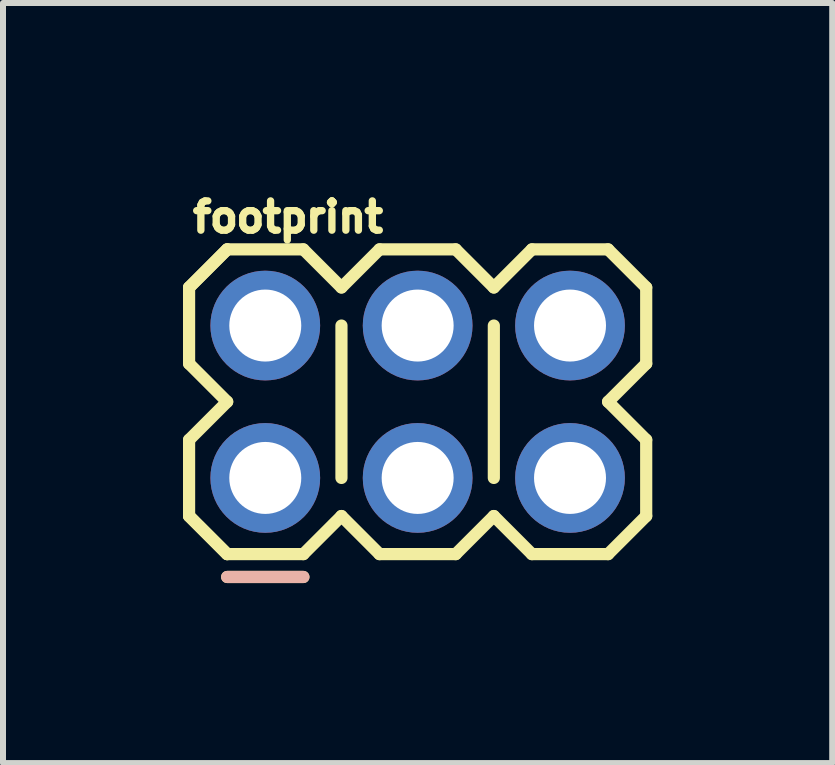
<source format=kicad_pcb>
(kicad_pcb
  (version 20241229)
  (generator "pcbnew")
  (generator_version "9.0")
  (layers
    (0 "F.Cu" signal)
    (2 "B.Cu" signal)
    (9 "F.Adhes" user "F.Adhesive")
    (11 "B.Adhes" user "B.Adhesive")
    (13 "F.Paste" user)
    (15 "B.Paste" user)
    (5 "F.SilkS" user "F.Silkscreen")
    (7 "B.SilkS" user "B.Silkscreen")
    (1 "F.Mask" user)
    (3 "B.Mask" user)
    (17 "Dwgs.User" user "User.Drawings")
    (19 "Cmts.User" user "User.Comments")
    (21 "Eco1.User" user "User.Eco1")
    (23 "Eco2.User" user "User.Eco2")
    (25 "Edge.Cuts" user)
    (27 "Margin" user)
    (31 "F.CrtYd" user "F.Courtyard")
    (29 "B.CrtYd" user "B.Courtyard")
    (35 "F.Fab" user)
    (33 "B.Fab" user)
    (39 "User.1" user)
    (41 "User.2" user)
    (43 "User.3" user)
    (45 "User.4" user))
  (footprint "footprint"
    (layer "F.Cu")
    (at 1.372 4.917)
    (property "Reference" "footprint" (at -1.27 -4.064 0) (layer "F.SilkS") (effects (font (size 0.488 0.488) (thickness 0.122)) (justify left bottom)))
    (fp_line (start -1.27 -3.175) (end -0.635 -3.81) (stroke (width 0.203) (type solid)) (layer "F.SilkS"))
    (fp_line (start -1.27 -3.175) (end -0.635 -3.81) (stroke (width 0.203) (type solid)) (layer "F.SilkS"))
    (fp_line (start -1.27 -1.905) (end -1.27 -3.175) (stroke (width 0.203) (type solid)) (layer "F.SilkS"))
    (fp_line (start -1.27 -0.635) (end -0.635 -1.27) (stroke (width 0.203) (type solid)) (layer "F.SilkS"))
    (fp_line (start -1.27 0.635) (end -1.27 -0.635) (stroke (width 0.203) (type solid)) (layer "F.SilkS"))
    (fp_line (start -1.27 0.635) (end -0.635 1.27) (stroke (width 0.203) (type solid)) (layer "F.SilkS"))
    (fp_line (start -0.635 -3.81) (end 0.635 -3.81) (stroke (width 0.203) (type solid)) (layer "F.SilkS"))
    (fp_line (start -0.635 -1.27) (end -1.27 -1.905) (stroke (width 0.203) (type solid)) (layer "F.SilkS"))
    (fp_line (start -0.635 1.27) (end -1.27 0.635) (stroke (width 0.203) (type solid)) (layer "F.SilkS"))
    (fp_line (start -0.635 1.651) (end 0.635 1.651) (stroke (width 0.203) (type solid)) (layer "F.SilkS"))
    (fp_line (start 0.635 -3.81) (end 1.27 -3.175) (stroke (width 0.203) (type solid)) (layer "F.SilkS"))
    (fp_line (start 0.635 1.27) (end -0.635 1.27) (stroke (width 0.203) (type solid)) (layer "F.SilkS"))
    (fp_line (start 1.27 -3.175) (end 1.905 -3.81) (stroke (width 0.203) (type solid)) (layer "F.SilkS"))
    (fp_line (start 1.27 -2.54) (end 1.27 0) (stroke (width 0.203) (type solid)) (layer "F.SilkS"))
    (fp_line (start 1.27 0.635) (end 0.635 1.27) (stroke (width 0.203) (type solid)) (layer "F.SilkS"))
    (fp_line (start 1.905 -3.81) (end 3.175 -3.81) (stroke (width 0.203) (type solid)) (layer "F.SilkS"))
    (fp_line (start 1.905 1.27) (end 1.27 0.635) (stroke (width 0.203) (type solid)) (layer "F.SilkS"))
    (fp_line (start 3.175 -3.81) (end 3.81 -3.175) (stroke (width 0.203) (type solid)) (layer "F.SilkS"))
    (fp_line (start 3.175 1.27) (end 1.905 1.27) (stroke (width 0.203) (type solid)) (layer "F.SilkS"))
    (fp_line (start 3.81 -3.175) (end 4.445 -3.81) (stroke (width 0.203) (type solid)) (layer "F.SilkS"))
    (fp_line (start 3.81 -2.54) (end 3.81 0) (stroke (width 0.203) (type solid)) (layer "F.SilkS"))
    (fp_line (start 3.81 0.635) (end 3.175 1.27) (stroke (width 0.203) (type solid)) (layer "F.SilkS"))
    (fp_line (start 4.445 -3.81) (end 5.715 -3.81) (stroke (width 0.203) (type solid)) (layer "F.SilkS"))
    (fp_line (start 4.445 1.27) (end 3.81 0.635) (stroke (width 0.203) (type solid)) (layer "F.SilkS"))
    (fp_line (start 5.715 -3.81) (end 6.35 -3.175) (stroke (width 0.203) (type solid)) (layer "F.SilkS"))
    (fp_line (start 5.715 -1.27) (end 6.35 -0.635) (stroke (width 0.203) (type solid)) (layer "F.SilkS"))
    (fp_line (start 5.715 1.27) (end 4.445 1.27) (stroke (width 0.203) (type solid)) (layer "F.SilkS"))
    (fp_line (start 6.35 -3.175) (end 6.35 -1.905) (stroke (width 0.203) (type solid)) (layer "F.SilkS"))
    (fp_line (start 6.35 -1.905) (end 5.715 -1.27) (stroke (width 0.203) (type solid)) (layer "F.SilkS"))
    (fp_line (start 6.35 -0.635) (end 6.35 0.635) (stroke (width 0.203) (type solid)) (layer "F.SilkS"))
    (fp_line (start 6.35 0.635) (end 5.715 1.27) (stroke (width 0.203) (type solid)) (layer "F.SilkS"))
    (fp_line (start 0.635 1.651) (end -0.635 1.651) (stroke (width 0.203) (type solid)) (layer "B.SilkS"))
    (pad "P$1" thru_hole circle (at 0 0) (size 1.829 1.829) (drill 1.2) (layers "*.Cu" "*.Mask"))
    (pad "P$2" thru_hole circle (at 0 -2.54) (size 1.829 1.829) (drill 1.2) (layers "*.Cu" "*.Mask"))
    (pad "P$3" thru_hole circle (at 2.54 0) (size 1.829 1.829) (drill 1.2) (layers "*.Cu" "*.Mask"))
    (pad "P$4" thru_hole circle (at 2.54 -2.54) (size 1.829 1.829) (drill 1.2) (layers "*.Cu" "*.Mask"))
    (pad "P$5" thru_hole circle (at 5.08 0) (size 1.829 1.829) (drill 1.2) (layers "*.Cu" "*.Mask"))
    (pad "P$6" thru_hole circle (at 5.08 -2.54) (size 1.829 1.829) (drill 1.2) (layers "*.Cu" "*.Mask")))
  (gr_rect
    (start -3 -3)
    (end 10.823 9.67)
    (stroke (width 0.1) (type default))
    (fill no)
    (layer "Edge.Cuts")))
</source>
